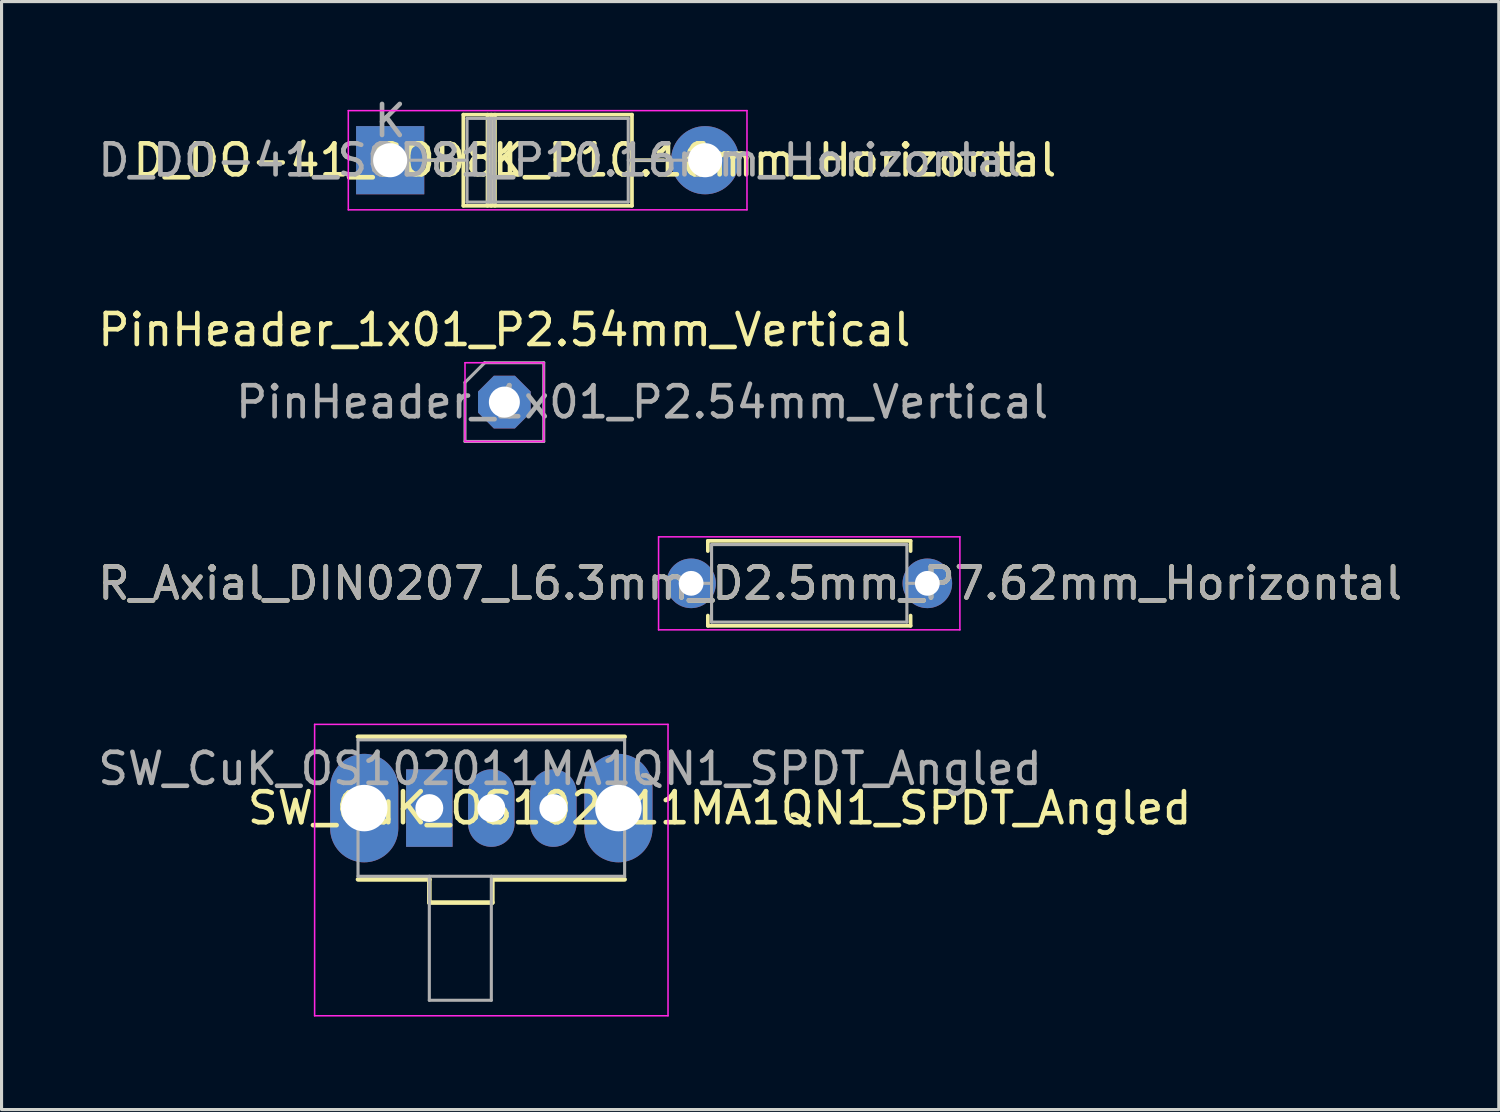
<source format=kicad_pcb>
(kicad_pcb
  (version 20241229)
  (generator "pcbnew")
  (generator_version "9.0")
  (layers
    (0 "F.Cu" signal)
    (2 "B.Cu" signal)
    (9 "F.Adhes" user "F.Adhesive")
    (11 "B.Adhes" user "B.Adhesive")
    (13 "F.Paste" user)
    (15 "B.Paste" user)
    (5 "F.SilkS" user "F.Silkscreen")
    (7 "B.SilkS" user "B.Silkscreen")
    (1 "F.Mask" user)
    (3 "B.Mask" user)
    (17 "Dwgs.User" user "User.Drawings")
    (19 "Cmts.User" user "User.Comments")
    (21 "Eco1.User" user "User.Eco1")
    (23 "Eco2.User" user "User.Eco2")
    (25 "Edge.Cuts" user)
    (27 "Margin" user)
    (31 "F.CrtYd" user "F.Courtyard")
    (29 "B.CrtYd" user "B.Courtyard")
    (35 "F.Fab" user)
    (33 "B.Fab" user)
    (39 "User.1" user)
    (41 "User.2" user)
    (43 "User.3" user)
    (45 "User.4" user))
  (footprint "SW_CuK_OS102011MA1QN1_SPDT_Angled"
    (layer "F.Cu")
    (at 10.799 23.017)
    (property "Reference" "SW_CuK_OS102011MA1QN1_SPDT_Angled" (at 9.366 0 0) (layer "F.SilkS") (effects (font (size 1 1) (thickness 0.15))))
    (attr through_hole)
    (fp_line (start -2.3 -2.3) (end 6.3 -2.3) (stroke (width 0.15) (type solid)) (layer "F.SilkS"))
    (fp_line (start -2.3 2.3) (end 0 2.3) (stroke (width 0.15) (type solid)) (layer "F.SilkS"))
    (fp_line (start 0 2.3) (end 0 3.048) (stroke (width 0.15) (type default)) (layer "F.SilkS"))
    (fp_line (start 0 3.048) (end 2.032 3.048) (stroke (width 0.15) (type default)) (layer "F.SilkS"))
    (fp_line (start 2.032 2.3) (end 2.032 3.048) (stroke (width 0.15) (type default)) (layer "F.SilkS"))
    (fp_line (start 2.032 2.3) (end 6.3 2.3) (stroke (width 0.15) (type solid)) (layer "F.SilkS"))
    (fp_line (start -3.7 -2.7) (end 7.7 -2.7) (stroke (width 0.05) (type solid)) (layer "F.CrtYd"))
    (fp_line (start -3.7 6.7) (end -3.7 -2.7) (stroke (width 0.05) (type solid)) (layer "F.CrtYd"))
    (fp_line (start 7.7 -2.7) (end 7.7 6.7) (stroke (width 0.05) (type solid)) (layer "F.CrtYd"))
    (fp_line (start 7.7 6.7) (end -3.7 6.7) (stroke (width 0.05) (type solid)) (layer "F.CrtYd"))
    (fp_line (start -2.3 -2.2) (end -2.3 2.2) (stroke (width 0.1) (type solid)) (layer "F.Fab"))
    (fp_line (start -2.3 -2.2) (end 6.3 -2.2) (stroke (width 0.1) (type solid)) (layer "F.Fab"))
    (fp_line (start -2.3 2.2) (end 6.3 2.2) (stroke (width 0.1) (type solid)) (layer "F.Fab"))
    (fp_line (start 0 6.2) (end 0 2.2) (stroke (width 0.1) (type solid)) (layer "F.Fab"))
    (fp_line (start 2 2.2) (end 2 6.2) (stroke (width 0.1) (type solid)) (layer "F.Fab"))
    (fp_line (start 2 6.2) (end 0 6.2) (stroke (width 0.1) (type solid)) (layer "F.Fab"))
    (fp_line (start 6.3 2.2) (end 6.3 -2.2) (stroke (width 0.1) (type solid)) (layer "F.Fab"))
    (fp_text user "${REFERENCE}" (at 4.54 -1.27 0) (layer "F.Fab") (effects (font (size 1 1) (thickness 0.15))))
    (pad "" thru_hole oval (at -2.1 0 180) (size 2.2 3.5) (drill 1.5) (layers "*.Cu" "*.Mask"))
    (pad "" thru_hole oval (at 6.1 0 180) (size 2.2 3.5) (drill 1.5) (layers "*.Cu" "*.Mask"))
    (pad "1" thru_hole rect (at 0 0 180) (size 1.5 2.5) (drill 0.9) (layers "*.Cu" "*.Mask"))
    (pad "2" thru_hole oval (at 2 0 180) (size 1.5 2.5) (drill 0.9) (layers "*.Cu" "*.Mask"))
    (pad "3" thru_hole oval (at 4 0 180) (size 1.5 2.5) (drill 0.9) (layers "*.Cu" "*.Mask")))
  (footprint "D_DO-41_SOD81_P10.16mm_Horizontal"
    (layer "F.Cu")
    (at 9.536 2.118)
    (property "Reference" "D_DO-41_SOD81_P10.16mm_Horizontal" (at 6.604 0 180) (layer "F.SilkS") (effects (font (size 1 1) (thickness 0.15))))
    (attr through_hole)
    (fp_line (start 1.34 0) (end 2.36 0) (stroke (width 0.12) (type solid)) (layer "F.SilkS"))
    (fp_line (start 2.36 -1.47) (end 2.36 1.47) (stroke (width 0.12) (type solid)) (layer "F.SilkS"))
    (fp_line (start 2.36 1.47) (end 7.8 1.47) (stroke (width 0.12) (type solid)) (layer "F.SilkS"))
    (fp_line (start 3.14 -1.47) (end 3.14 1.47) (stroke (width 0.12) (type solid)) (layer "F.SilkS"))
    (fp_line (start 3.26 -1.47) (end 3.26 1.47) (stroke (width 0.12) (type solid)) (layer "F.SilkS"))
    (fp_line (start 3.38 -1.47) (end 3.38 1.47) (stroke (width 0.12) (type solid)) (layer "F.SilkS"))
    (fp_line (start 7.8 -1.47) (end 2.36 -1.47) (stroke (width 0.12) (type solid)) (layer "F.SilkS"))
    (fp_line (start 7.8 1.47) (end 7.8 -1.47) (stroke (width 0.12) (type solid)) (layer "F.SilkS"))
    (fp_line (start 8.82 0) (end 7.8 0) (stroke (width 0.12) (type solid)) (layer "F.SilkS"))
    (fp_line (start -1.35 -1.6) (end -1.35 1.6) (stroke (width 0.05) (type solid)) (layer "F.CrtYd"))
    (fp_line (start -1.35 1.6) (end 11.51 1.6) (stroke (width 0.05) (type solid)) (layer "F.CrtYd"))
    (fp_line (start 11.51 -1.6) (end -1.35 -1.6) (stroke (width 0.05) (type solid)) (layer "F.CrtYd"))
    (fp_line (start 11.51 1.6) (end 11.51 -1.6) (stroke (width 0.05) (type solid)) (layer "F.CrtYd"))
    (fp_line (start 0 0) (end 2.48 0) (stroke (width 0.1) (type solid)) (layer "F.Fab"))
    (fp_line (start 2.48 -1.35) (end 2.48 1.35) (stroke (width 0.1) (type solid)) (layer "F.Fab"))
    (fp_line (start 2.48 1.35) (end 7.68 1.35) (stroke (width 0.1) (type solid)) (layer "F.Fab"))
    (fp_line (start 3.16 -1.35) (end 3.16 1.35) (stroke (width 0.1) (type solid)) (layer "F.Fab"))
    (fp_line (start 3.26 -1.35) (end 3.26 1.35) (stroke (width 0.1) (type solid)) (layer "F.Fab"))
    (fp_line (start 3.36 -1.35) (end 3.36 1.35) (stroke (width 0.1) (type solid)) (layer "F.Fab"))
    (fp_line (start 7.68 -1.35) (end 2.48 -1.35) (stroke (width 0.1) (type solid)) (layer "F.Fab"))
    (fp_line (start 7.68 1.35) (end 7.68 -1.35) (stroke (width 0.1) (type solid)) (layer "F.Fab"))
    (fp_line (start 10.16 0) (end 7.68 0) (stroke (width 0.1) (type solid)) (layer "F.Fab"))
    (fp_text user "K" (at 3.81 0 180) (layer "F.SilkS") (effects (font (size 1 1) (thickness 0.15))))
    (fp_text user "K" (at 0 -1.27 180) (layer "F.Fab") (effects (font (size 1 1) (thickness 0.15))))
    (fp_text user "${REFERENCE}" (at 5.47 0 180) (layer "F.Fab") (effects (font (size 1 1) (thickness 0.15))))
    (pad "1" thru_hole rect (at 0 0) (size 2.2 2.2) (drill 1.1) (layers "*.Cu" "*.Mask"))
    (pad "2" thru_hole oval (at 10.16 0) (size 2.2 2.2) (drill 1.1) (layers "*.Cu" "*.Mask")))
  (footprint "R_Axial_DIN0207_L6.3mm_D2.5mm_P7.62mm_Horizontal"
    (layer "F.Cu")
    (at 19.244 15.767)
    (property "Reference" "R_Axial_DIN0207_L6.3mm_D2.5mm_P7.62mm_Horizontal" (at 1.905 0 0) (layer "F.SilkS") (effects (font (size 1 1) (thickness 0.15))))
    (attr through_hole)
    (fp_line (start 0.54 -1.37) (end 7.08 -1.37) (stroke (width 0.12) (type solid)) (layer "F.SilkS"))
    (fp_line (start 0.54 -1.04) (end 0.54 -1.37) (stroke (width 0.12) (type solid)) (layer "F.SilkS"))
    (fp_line (start 0.54 1.04) (end 0.54 1.37) (stroke (width 0.12) (type solid)) (layer "F.SilkS"))
    (fp_line (start 0.54 1.37) (end 7.08 1.37) (stroke (width 0.12) (type solid)) (layer "F.SilkS"))
    (fp_line (start 7.08 -1.37) (end 7.08 -1.04) (stroke (width 0.12) (type solid)) (layer "F.SilkS"))
    (fp_line (start 7.08 1.37) (end 7.08 1.04) (stroke (width 0.12) (type solid)) (layer "F.SilkS"))
    (fp_line (start -1.05 -1.5) (end -1.05 1.5) (stroke (width 0.05) (type solid)) (layer "F.CrtYd"))
    (fp_line (start -1.05 1.5) (end 8.67 1.5) (stroke (width 0.05) (type solid)) (layer "F.CrtYd"))
    (fp_line (start 8.67 -1.5) (end -1.05 -1.5) (stroke (width 0.05) (type solid)) (layer "F.CrtYd"))
    (fp_line (start 8.67 1.5) (end 8.67 -1.5) (stroke (width 0.05) (type solid)) (layer "F.CrtYd"))
    (fp_line (start 0 0) (end 0.66 0) (stroke (width 0.1) (type solid)) (layer "F.Fab"))
    (fp_line (start 0.66 -1.25) (end 0.66 1.25) (stroke (width 0.1) (type solid)) (layer "F.Fab"))
    (fp_line (start 0.66 1.25) (end 6.96 1.25) (stroke (width 0.1) (type solid)) (layer "F.Fab"))
    (fp_line (start 6.96 -1.25) (end 0.66 -1.25) (stroke (width 0.1) (type solid)) (layer "F.Fab"))
    (fp_line (start 6.96 1.25) (end 6.96 -1.25) (stroke (width 0.1) (type solid)) (layer "F.Fab"))
    (fp_line (start 7.62 0) (end 6.96 0) (stroke (width 0.1) (type solid)) (layer "F.Fab"))
    (fp_text user "${REFERENCE}" (at 1.905 0 0) (layer "F.Fab") (effects (font (size 1 1) (thickness 0.15))))
    (pad "1" thru_hole circle (at 0 0) (size 1.6 1.6) (drill 0.8) (layers "*.Cu" "*.Mask"))
    (pad "2" thru_hole oval (at 7.62 0) (size 1.6 1.6) (drill 0.8) (layers "*.Cu" "*.Mask")))
  (footprint "PinHeader_1x01_P2.54mm_Vertical"
    (layer "F.Cu")
    (at 13.22 9.921)
    (property "Reference" "PinHeader_1x01_P2.54mm_Vertical" (at 0 -2.33 0) (layer "F.SilkS") (effects (font (size 1 1) (thickness 0.15))))
    (attr through_hole)
    (fp_line (start -1.27 -1.27) (end -1.27 1.27) (stroke (width 0.05) (type solid)) (layer "F.CrtYd"))
    (fp_line (start -1.27 1.27) (end 1.27 1.27) (stroke (width 0.05) (type solid)) (layer "F.CrtYd"))
    (fp_line (start 1.27 -1.27) (end -1.27 -1.27) (stroke (width 0.05) (type solid)) (layer "F.CrtYd"))
    (fp_line (start 1.27 1.27) (end 1.27 -1.27) (stroke (width 0.05) (type solid)) (layer "F.CrtYd"))
    (fp_line (start -1.27 -0.635) (end -0.635 -1.27) (stroke (width 0.1) (type solid)) (layer "F.Fab"))
    (fp_line (start -1.27 1.27) (end -1.27 -0.635) (stroke (width 0.1) (type solid)) (layer "F.Fab"))
    (fp_line (start -0.635 -1.27) (end 1.27 -1.27) (stroke (width 0.1) (type solid)) (layer "F.Fab"))
    (fp_line (start 1.27 -1.27) (end 1.27 1.27) (stroke (width 0.1) (type solid)) (layer "F.Fab"))
    (fp_line (start 1.27 1.27) (end -1.27 1.27) (stroke (width 0.1) (type solid)) (layer "F.Fab"))
    (fp_text user "${REFERENCE}" (at 4.445 0 0) (layer "F.Fab") (effects (font (size 1 1) (thickness 0.15))))
    (pad "1" thru_hole roundrect (at 0 0) (size 1.7 1.7) (drill 1) (layers "*.Cu" "*.Mask") (roundrect_rratio 0) (chamfer_ratio 0.3) (chamfer top_left top_right bottom_left bottom_right)))
  (gr_rect
    (start -3 -3)
    (end 45.298 32.742)
    (stroke (width 0.1) (type default))
    (fill no)
    (layer "Edge.Cuts")))
</source>
